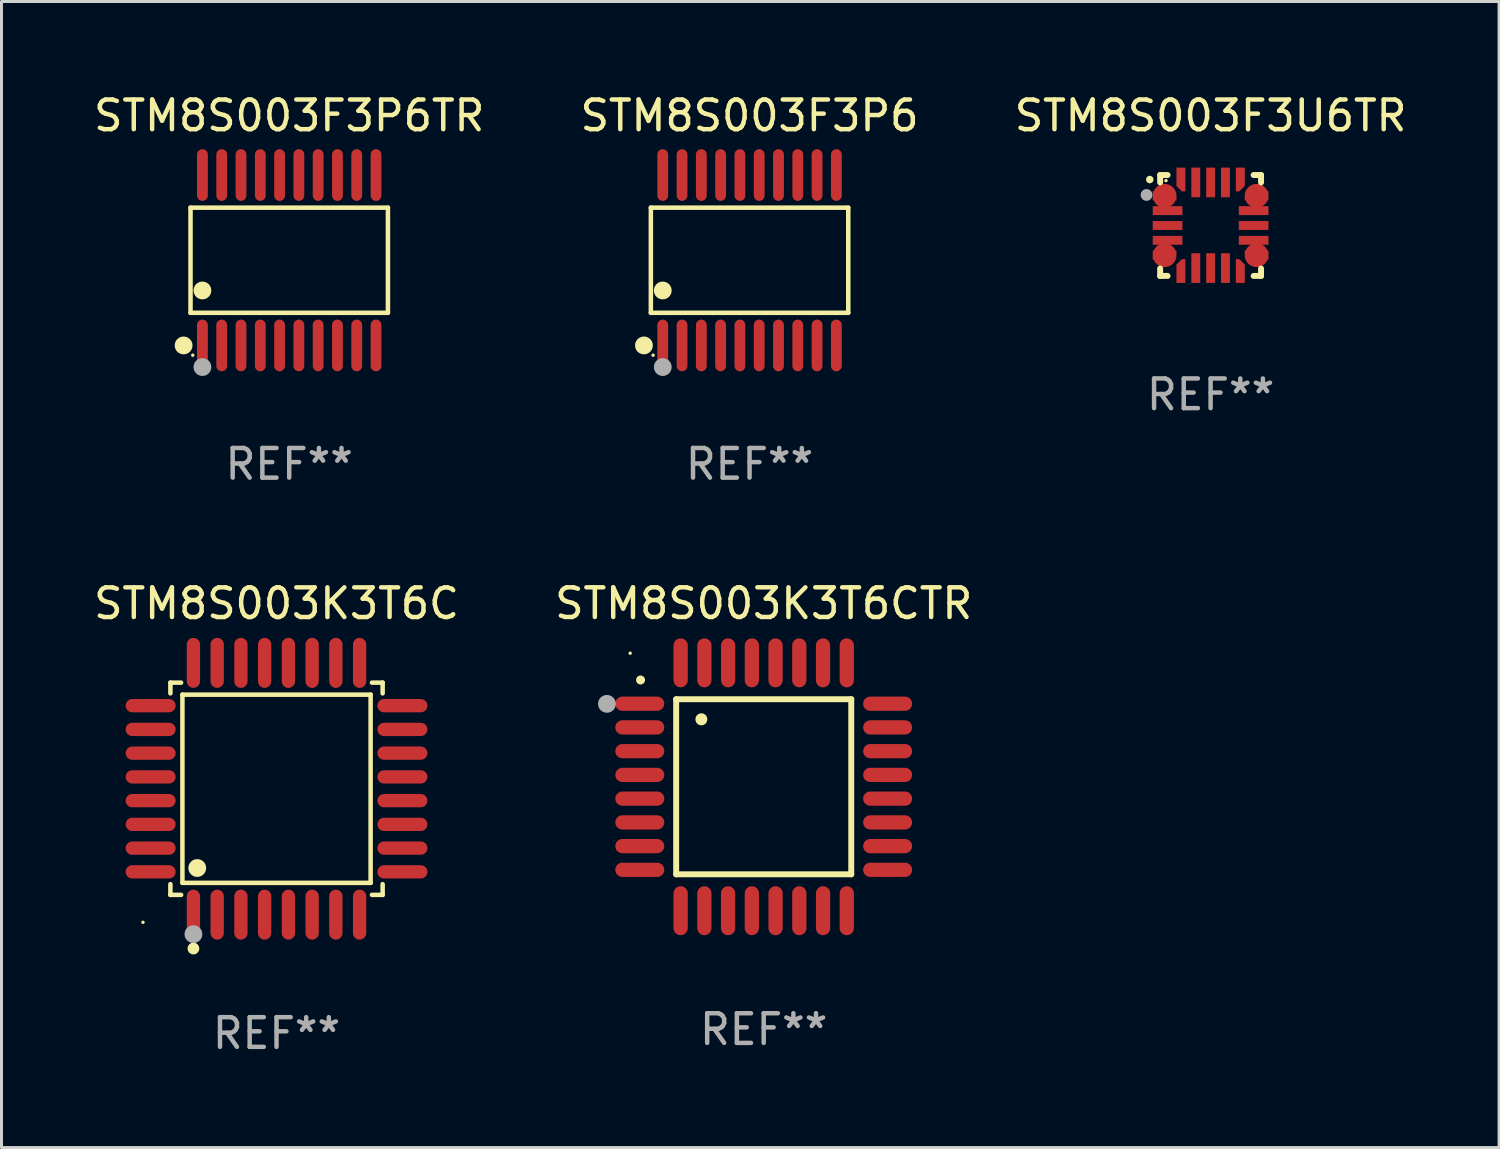
<source format=kicad_pcb>
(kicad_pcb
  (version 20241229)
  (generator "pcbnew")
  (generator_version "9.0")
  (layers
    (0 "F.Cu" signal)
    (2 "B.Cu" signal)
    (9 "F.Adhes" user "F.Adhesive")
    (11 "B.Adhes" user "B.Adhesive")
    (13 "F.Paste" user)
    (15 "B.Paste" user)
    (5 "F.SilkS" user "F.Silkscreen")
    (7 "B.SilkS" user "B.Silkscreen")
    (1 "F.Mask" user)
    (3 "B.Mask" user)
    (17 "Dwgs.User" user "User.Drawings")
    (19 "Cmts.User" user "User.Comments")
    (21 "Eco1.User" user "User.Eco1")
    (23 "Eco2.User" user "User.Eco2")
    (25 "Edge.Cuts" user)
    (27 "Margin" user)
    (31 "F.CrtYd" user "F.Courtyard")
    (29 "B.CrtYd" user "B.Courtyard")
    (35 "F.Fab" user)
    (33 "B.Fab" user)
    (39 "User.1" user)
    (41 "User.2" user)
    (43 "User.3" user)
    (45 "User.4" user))
  (footprint "STM8S003F3U6TR"
    (layer "F.Cu")
    (at 37.744 4.548)
    (property "Reference" "STM8S003F3U6TR" (at 0 -3.7 0) (layer "F.SilkS") (effects (font (size 1 1) (thickness 0.15))))
    (attr through_hole)
    (fp_line (start -1.7 -1.7) (end -1.45 -1.7) (stroke (width 0.2) (type solid)) (layer "F.SilkS"))
    (fp_line (start -1.7 -1.45) (end -1.7 -1.7) (stroke (width 0.2) (type solid)) (layer "F.SilkS"))
    (fp_line (start -1.7 1.45) (end -1.7 1.7) (stroke (width 0.2) (type solid)) (layer "F.SilkS"))
    (fp_line (start -1.7 1.7) (end -1.45 1.7) (stroke (width 0.2) (type solid)) (layer "F.SilkS"))
    (fp_line (start 1.45 -1.7) (end 1.7 -1.7) (stroke (width 0.2) (type solid)) (layer "F.SilkS"))
    (fp_line (start 1.45 1.7) (end 1.7 1.7) (stroke (width 0.2) (type solid)) (layer "F.SilkS"))
    (fp_line (start 1.7 -1.7) (end 1.7 -1.45) (stroke (width 0.2) (type solid)) (layer "F.SilkS"))
    (fp_line (start 1.7 1.7) (end 1.7 1.45) (stroke (width 0.2) (type solid)) (layer "F.SilkS"))
    (fp_arc (start -2.049784 -1.546863) (mid -2.04979 -1.548133) (end -2.049784 -1.549403) (stroke (width 0.25) (type solid)) (layer "F.SilkS"))
    (fp_circle (center -1.503 -1.512) (end -1.473 -1.512) (stroke (width 0.06) (type solid)) (fill no) (layer "F.SilkS"))
    (fp_circle (center -2.159 -1.028) (end -2.059 -1.028) (stroke (width 0.2) (type solid)) (fill no) (layer "F.Fab"))
    (fp_text user "REF**" (at 0 5.7 0) (layer "F.Fab") (effects (font (size 1 1) (thickness 0.15))))
    (pad "1" smd custom (at -1.549 -1) (size 0.803 0.302) (layers "F.Cu" "F.Mask" "F.Paste") (options (anchor circle)) (primitives (gr_poly (pts (xy -0.401 -0.151) (xy 0.221 -0.151) (xy 0.399 0.036) (xy 0.401 0.15) (xy -0.401 0.151)) (width 0) (fill yes))))
    (pad "2" smd rect (at -1.45 -0.5 90) (size 0.3 1) (layers "F.Cu" "F.Mask" "F.Paste"))
    (pad "3" smd rect (at -1.45 0 90) (size 0.3 1) (layers "F.Cu" "F.Mask" "F.Paste"))
    (pad "4" smd rect (at -1.45 0.5 90) (size 0.3 1) (layers "F.Cu" "F.Mask" "F.Paste"))
    (pad "5" smd custom (at -1.549 1.001) (size 0.803 0.302) (layers "F.Cu" "F.Mask" "F.Paste") (options (anchor circle)) (primitives (gr_poly (pts (xy -0.401 0.151) (xy 0.221 0.151) (xy 0.399 -0.037) (xy 0.401 -0.15) (xy -0.401 -0.152)) (width 0) (fill yes))))
    (pad "6" smd custom (at -1 1.552) (size 0.302 0.803) (layers "F.Cu" "F.Mask" "F.Paste") (options (anchor circle)) (primitives (gr_poly (pts (xy -0.151 0.383) (xy -0.151 -0.239) (xy 0.036 -0.418) (xy 0.15 -0.42) (xy 0.151 0.383)) (width 0) (fill yes))))
    (pad "7" smd rect (at -0.5 1.435) (size 0.3 1) (layers "F.Cu" "F.Mask" "F.Paste"))
    (pad "8" smd rect (at 0 1.435) (size 0.3 1) (layers "F.Cu" "F.Mask" "F.Paste"))
    (pad "9" smd rect (at 0.5 1.435) (size 0.3 1) (layers "F.Cu" "F.Mask" "F.Paste"))
    (pad "10" smd custom (at 1.001 1.552) (size 0.302 0.803) (layers "F.Cu" "F.Mask" "F.Paste") (options (anchor circle)) (primitives (gr_poly (pts (xy 0.151 0.383) (xy 0.151 -0.239) (xy -0.036 -0.418) (xy -0.15 -0.42) (xy -0.151 0.383)) (width 0) (fill yes))))
    (pad "11" smd custom (at 1.549 1.001) (size 0.803 0.302) (layers "F.Cu" "F.Mask" "F.Paste") (options (anchor circle)) (primitives (gr_poly (pts (xy 0.401 0.151) (xy -0.221 0.151) (xy -0.399 -0.037) (xy -0.401 -0.15) (xy 0.401 -0.152)) (width 0) (fill yes))))
    (pad "12" smd rect (at 1.45 0.5 90) (size 0.3 1) (layers "F.Cu" "F.Mask" "F.Paste"))
    (pad "13" smd rect (at 1.45 0 90) (size 0.3 1) (layers "F.Cu" "F.Mask" "F.Paste"))
    (pad "14" smd rect (at 1.45 -0.5 90) (size 0.3 1) (layers "F.Cu" "F.Mask" "F.Paste"))
    (pad "15" smd custom (at 1.549 -1) (size 0.803 0.302) (layers "F.Cu" "F.Mask" "F.Paste") (options (anchor circle)) (primitives (gr_poly (pts (xy 0.401 -0.151) (xy -0.221 -0.151) (xy -0.399 0.036) (xy -0.401 0.15) (xy 0.401 0.151)) (width 0) (fill yes))))
    (pad "16" smd custom (at 1.001 -1.567) (size 0.302 0.803) (layers "F.Cu" "F.Mask" "F.Paste") (options (anchor circle)) (primitives (gr_poly (pts (xy 0.151 -0.383) (xy 0.151 0.239) (xy -0.036 0.418) (xy -0.15 0.42) (xy -0.151 -0.383)) (width 0) (fill yes))))
    (pad "17" smd rect (at 0.5 -1.45) (size 0.3 1) (layers "F.Cu" "F.Mask" "F.Paste"))
    (pad "18" smd rect (at 0 -1.45) (size 0.3 1) (layers "F.Cu" "F.Mask" "F.Paste"))
    (pad "19" smd rect (at -0.5 -1.45) (size 0.3 1) (layers "F.Cu" "F.Mask" "F.Paste"))
    (pad "20" smd custom (at -1 -1.567) (size 0.302 0.803) (layers "F.Cu" "F.Mask" "F.Paste") (options (anchor circle)) (primitives (gr_poly (pts (xy -0.151 -0.383) (xy -0.151 0.239) (xy 0.036 0.418) (xy 0.15 0.42) (xy 0.151 -0.383)) (width 0) (fill yes)))))
  (footprint "STM8S003F3P6TR"
    (layer "F.Cu")
    (at 6.696 5.719)
    (property "Reference" "STM8S003F3P6TR" (at 0 -4.871 0) (layer "F.SilkS") (effects (font (size 1 1) (thickness 0.15))))
    (attr through_hole)
    (fp_line (start -3.326 -1.771) (end 3.326 -1.771) (stroke (width 0.152) (type solid)) (layer "F.SilkS"))
    (fp_line (start -3.326 1.771) (end -3.326 -1.771) (stroke (width 0.152) (type solid)) (layer "F.SilkS"))
    (fp_line (start 3.326 -1.771) (end 3.326 1.771) (stroke (width 0.152) (type solid)) (layer "F.SilkS"))
    (fp_line (start 3.326 1.771) (end -3.326 1.771) (stroke (width 0.152) (type solid)) (layer "F.SilkS"))
    (fp_circle (center -3.559 2.871) (end -3.409 2.871) (stroke (width 0.3) (type solid)) (fill no) (layer "F.SilkS"))
    (fp_circle (center -3.25 3.2) (end -3.22 3.2) (stroke (width 0.06) (type solid)) (fill no) (layer "F.SilkS"))
    (fp_circle (center -2.925 1.019) (end -2.775 1.019) (stroke (width 0.3) (type solid)) (fill no) (layer "F.SilkS"))
    (fp_circle (center -2.925 3.6) (end -2.775 3.6) (stroke (width 0.3) (type solid)) (fill no) (layer "F.Fab"))
    (fp_text user "REF**" (at 0 6.871 0) (layer "F.Fab") (effects (font (size 1 1) (thickness 0.15))))
    (pad "1" smd oval (at -2.925 2.871) (size 0.364 1.742) (layers "F.Cu" "F.Mask" "F.Paste"))
    (pad "2" smd oval (at -2.275 2.871) (size 0.364 1.742) (layers "F.Cu" "F.Mask" "F.Paste"))
    (pad "3" smd oval (at -1.625 2.871) (size 0.364 1.742) (layers "F.Cu" "F.Mask" "F.Paste"))
    (pad "4" smd oval (at -0.975 2.871) (size 0.364 1.742) (layers "F.Cu" "F.Mask" "F.Paste"))
    (pad "5" smd oval (at -0.325 2.871) (size 0.364 1.742) (layers "F.Cu" "F.Mask" "F.Paste"))
    (pad "6" smd oval (at 0.325 2.871) (size 0.364 1.742) (layers "F.Cu" "F.Mask" "F.Paste"))
    (pad "7" smd oval (at 0.975 2.871) (size 0.364 1.742) (layers "F.Cu" "F.Mask" "F.Paste"))
    (pad "8" smd oval (at 1.625 2.871) (size 0.364 1.742) (layers "F.Cu" "F.Mask" "F.Paste"))
    (pad "9" smd oval (at 2.275 2.871) (size 0.364 1.742) (layers "F.Cu" "F.Mask" "F.Paste"))
    (pad "10" smd oval (at 2.925 2.871) (size 0.364 1.742) (layers "F.Cu" "F.Mask" "F.Paste"))
    (pad "11" smd oval (at 2.925 -2.871) (size 0.364 1.742) (layers "F.Cu" "F.Mask" "F.Paste"))
    (pad "12" smd oval (at 2.275 -2.871) (size 0.364 1.742) (layers "F.Cu" "F.Mask" "F.Paste"))
    (pad "13" smd oval (at 1.625 -2.871) (size 0.364 1.742) (layers "F.Cu" "F.Mask" "F.Paste"))
    (pad "14" smd oval (at 0.975 -2.871) (size 0.364 1.742) (layers "F.Cu" "F.Mask" "F.Paste"))
    (pad "15" smd oval (at 0.325 -2.871) (size 0.364 1.742) (layers "F.Cu" "F.Mask" "F.Paste"))
    (pad "16" smd oval (at -0.325 -2.871) (size 0.364 1.742) (layers "F.Cu" "F.Mask" "F.Paste"))
    (pad "17" smd oval (at -0.975 -2.871) (size 0.364 1.742) (layers "F.Cu" "F.Mask" "F.Paste"))
    (pad "18" smd oval (at -1.625 -2.871) (size 0.364 1.742) (layers "F.Cu" "F.Mask" "F.Paste"))
    (pad "19" smd oval (at -2.275 -2.871) (size 0.364 1.742) (layers "F.Cu" "F.Mask" "F.Paste"))
    (pad "20" smd oval (at -2.925 -2.871) (size 0.364 1.742) (layers "F.Cu" "F.Mask" "F.Paste")))
  (footprint "STM8S003K3T6CTR"
    (layer "F.Cu")
    (at 22.685 23.462)
    (property "Reference" "STM8S003K3T6CTR" (at 0 -6.176 0) (layer "F.SilkS") (effects (font (size 1 1) (thickness 0.15))))
    (attr through_hole)
    (fp_line (start -2.95 -2.95) (end -2.95 2.95) (stroke (width 0.2) (type solid)) (layer "F.SilkS"))
    (fp_line (start -2.95 2.95) (end 2.95 2.95) (stroke (width 0.2) (type solid)) (layer "F.SilkS"))
    (fp_line (start 2.95 -2.95) (end -2.95 -2.95) (stroke (width 0.2) (type solid)) (layer "F.SilkS"))
    (fp_line (start 2.95 2.95) (end 2.95 -2.95) (stroke (width 0.2) (type solid)) (layer "F.SilkS"))
    (fp_arc (start -4.150178 -3.596622) (mid -4.150183 -3.597892) (end -4.150178 -3.599162) (stroke (width 0.3) (type solid)) (layer "F.SilkS"))
    (fp_arc (start -2.100394 -2.270739) (mid -2.10041 -2.273279) (end -2.100394 -2.275819) (stroke (width 0.4) (type solid)) (layer "F.SilkS"))
    (fp_circle (center -4.5 -4.5) (end -4.47 -4.5) (stroke (width 0.06) (type solid)) (fill no) (layer "F.SilkS"))
    (fp_circle (center -5.283 -2.794) (end -5.133 -2.794) (stroke (width 0.3) (type solid)) (fill no) (layer "F.Fab"))
    (fp_text user "REF**" (at 0 8.176 0) (layer "F.Fab") (effects (font (size 1 1) (thickness 0.15))))
    (pad "1" smd oval (at -4.176 -2.799 90) (size 0.48 1.65) (layers "F.Cu" "F.Mask" "F.Paste"))
    (pad "2" smd oval (at -4.176 -2 90) (size 0.48 1.65) (layers "F.Cu" "F.Mask" "F.Paste"))
    (pad "3" smd oval (at -4.176 -1.2 90) (size 0.48 1.65) (layers "F.Cu" "F.Mask" "F.Paste"))
    (pad "4" smd oval (at -4.176 -0.4 90) (size 0.48 1.65) (layers "F.Cu" "F.Mask" "F.Paste"))
    (pad "5" smd oval (at -4.176 0.4 90) (size 0.48 1.65) (layers "F.Cu" "F.Mask" "F.Paste"))
    (pad "6" smd oval (at -4.176 1.2 90) (size 0.48 1.65) (layers "F.Cu" "F.Mask" "F.Paste"))
    (pad "7" smd oval (at -4.176 2 90) (size 0.48 1.65) (layers "F.Cu" "F.Mask" "F.Paste"))
    (pad "8" smd oval (at -4.176 2.799 90) (size 0.48 1.65) (layers "F.Cu" "F.Mask" "F.Paste"))
    (pad "9" smd oval (at -2.799 4.176) (size 0.48 1.65) (layers "F.Cu" "F.Mask" "F.Paste"))
    (pad "10" smd oval (at -2 4.176) (size 0.48 1.65) (layers "F.Cu" "F.Mask" "F.Paste"))
    (pad "11" smd oval (at -1.2 4.176) (size 0.48 1.65) (layers "F.Cu" "F.Mask" "F.Paste"))
    (pad "12" smd oval (at -0.4 4.176) (size 0.48 1.65) (layers "F.Cu" "F.Mask" "F.Paste"))
    (pad "13" smd oval (at 0.4 4.176) (size 0.48 1.65) (layers "F.Cu" "F.Mask" "F.Paste"))
    (pad "14" smd oval (at 1.2 4.176) (size 0.48 1.65) (layers "F.Cu" "F.Mask" "F.Paste"))
    (pad "15" smd oval (at 2 4.176) (size 0.48 1.65) (layers "F.Cu" "F.Mask" "F.Paste"))
    (pad "16" smd oval (at 2.799 4.176) (size 0.48 1.65) (layers "F.Cu" "F.Mask" "F.Paste"))
    (pad "17" smd oval (at 4.176 2.799 90) (size 0.48 1.65) (layers "F.Cu" "F.Mask" "F.Paste"))
    (pad "18" smd oval (at 4.176 2 90) (size 0.48 1.65) (layers "F.Cu" "F.Mask" "F.Paste"))
    (pad "19" smd oval (at 4.176 1.2 90) (size 0.48 1.65) (layers "F.Cu" "F.Mask" "F.Paste"))
    (pad "20" smd oval (at 4.176 0.4 90) (size 0.48 1.65) (layers "F.Cu" "F.Mask" "F.Paste"))
    (pad "21" smd oval (at 4.176 -0.4 90) (size 0.48 1.65) (layers "F.Cu" "F.Mask" "F.Paste"))
    (pad "22" smd oval (at 4.176 -1.2 90) (size 0.48 1.65) (layers "F.Cu" "F.Mask" "F.Paste"))
    (pad "23" smd oval (at 4.176 -2 90) (size 0.48 1.65) (layers "F.Cu" "F.Mask" "F.Paste"))
    (pad "24" smd oval (at 4.176 -2.799 90) (size 0.48 1.65) (layers "F.Cu" "F.Mask" "F.Paste"))
    (pad "25" smd oval (at 2.799 -4.176) (size 0.48 1.65) (layers "F.Cu" "F.Mask" "F.Paste"))
    (pad "26" smd oval (at 1.999 -4.176) (size 0.48 1.65) (layers "F.Cu" "F.Mask" "F.Paste"))
    (pad "27" smd oval (at 1.199 -4.176) (size 0.48 1.65) (layers "F.Cu" "F.Mask" "F.Paste"))
    (pad "28" smd oval (at 0.399 -4.176) (size 0.48 1.65) (layers "F.Cu" "F.Mask" "F.Paste"))
    (pad "29" smd oval (at -0.399 -4.176) (size 0.48 1.65) (layers "F.Cu" "F.Mask" "F.Paste"))
    (pad "30" smd oval (at -1.199 -4.176) (size 0.48 1.65) (layers "F.Cu" "F.Mask" "F.Paste"))
    (pad "31" smd oval (at -1.999 -4.176) (size 0.48 1.65) (layers "F.Cu" "F.Mask" "F.Paste"))
    (pad "32" smd oval (at -2.799 -4.176) (size 0.48 1.65) (layers "F.Cu" "F.Mask" "F.Paste")))
  (footprint "STM8S003F3P6"
    (layer "F.Cu")
    (at 22.208 5.719)
    (property "Reference" "STM8S003F3P6" (at 0 -4.871 0) (layer "F.SilkS") (effects (font (size 1 1) (thickness 0.15))))
    (attr through_hole)
    (fp_line (start -3.326 -1.771) (end 3.326 -1.771) (stroke (width 0.152) (type solid)) (layer "F.SilkS"))
    (fp_line (start -3.326 1.771) (end -3.326 -1.771) (stroke (width 0.152) (type solid)) (layer "F.SilkS"))
    (fp_line (start 3.326 -1.771) (end 3.326 1.771) (stroke (width 0.152) (type solid)) (layer "F.SilkS"))
    (fp_line (start 3.326 1.771) (end -3.326 1.771) (stroke (width 0.152) (type solid)) (layer "F.SilkS"))
    (fp_circle (center -3.559 2.871) (end -3.409 2.871) (stroke (width 0.3) (type solid)) (fill no) (layer "F.SilkS"))
    (fp_circle (center -3.25 3.2) (end -3.22 3.2) (stroke (width 0.06) (type solid)) (fill no) (layer "F.SilkS"))
    (fp_circle (center -2.925 1.019) (end -2.775 1.019) (stroke (width 0.3) (type solid)) (fill no) (layer "F.SilkS"))
    (fp_circle (center -2.925 3.6) (end -2.775 3.6) (stroke (width 0.3) (type solid)) (fill no) (layer "F.Fab"))
    (fp_text user "REF**" (at 0 6.871 0) (layer "F.Fab") (effects (font (size 1 1) (thickness 0.15))))
    (pad "1" smd oval (at -2.925 2.871) (size 0.364 1.742) (layers "F.Cu" "F.Mask" "F.Paste"))
    (pad "2" smd oval (at -2.275 2.871) (size 0.364 1.742) (layers "F.Cu" "F.Mask" "F.Paste"))
    (pad "3" smd oval (at -1.625 2.871) (size 0.364 1.742) (layers "F.Cu" "F.Mask" "F.Paste"))
    (pad "4" smd oval (at -0.975 2.871) (size 0.364 1.742) (layers "F.Cu" "F.Mask" "F.Paste"))
    (pad "5" smd oval (at -0.325 2.871) (size 0.364 1.742) (layers "F.Cu" "F.Mask" "F.Paste"))
    (pad "6" smd oval (at 0.325 2.871) (size 0.364 1.742) (layers "F.Cu" "F.Mask" "F.Paste"))
    (pad "7" smd oval (at 0.975 2.871) (size 0.364 1.742) (layers "F.Cu" "F.Mask" "F.Paste"))
    (pad "8" smd oval (at 1.625 2.871) (size 0.364 1.742) (layers "F.Cu" "F.Mask" "F.Paste"))
    (pad "9" smd oval (at 2.275 2.871) (size 0.364 1.742) (layers "F.Cu" "F.Mask" "F.Paste"))
    (pad "10" smd oval (at 2.925 2.871) (size 0.364 1.742) (layers "F.Cu" "F.Mask" "F.Paste"))
    (pad "11" smd oval (at 2.925 -2.871) (size 0.364 1.742) (layers "F.Cu" "F.Mask" "F.Paste"))
    (pad "12" smd oval (at 2.275 -2.871) (size 0.364 1.742) (layers "F.Cu" "F.Mask" "F.Paste"))
    (pad "13" smd oval (at 1.625 -2.871) (size 0.364 1.742) (layers "F.Cu" "F.Mask" "F.Paste"))
    (pad "14" smd oval (at 0.975 -2.871) (size 0.364 1.742) (layers "F.Cu" "F.Mask" "F.Paste"))
    (pad "15" smd oval (at 0.325 -2.871) (size 0.364 1.742) (layers "F.Cu" "F.Mask" "F.Paste"))
    (pad "16" smd oval (at -0.325 -2.871) (size 0.364 1.742) (layers "F.Cu" "F.Mask" "F.Paste"))
    (pad "17" smd oval (at -0.975 -2.871) (size 0.364 1.742) (layers "F.Cu" "F.Mask" "F.Paste"))
    (pad "18" smd oval (at -1.625 -2.871) (size 0.364 1.742) (layers "F.Cu" "F.Mask" "F.Paste"))
    (pad "19" smd oval (at -2.275 -2.871) (size 0.364 1.742) (layers "F.Cu" "F.Mask" "F.Paste"))
    (pad "20" smd oval (at -2.925 -2.871) (size 0.364 1.742) (layers "F.Cu" "F.Mask" "F.Paste")))
  (footprint "STM8S003K3T6C"
    (layer "F.Cu")
    (at 6.268 23.529)
    (property "Reference" "STM8S003K3T6C" (at 0 -6.242 0) (layer "F.SilkS") (effects (font (size 1 1) (thickness 0.15))))
    (attr through_hole)
    (fp_line (start -3.576 -3.576) (end -3.215 -3.576) (stroke (width 0.152) (type solid)) (layer "F.SilkS"))
    (fp_line (start -3.576 -3.215) (end -3.576 -3.576) (stroke (width 0.152) (type solid)) (layer "F.SilkS"))
    (fp_line (start -3.576 3.215) (end -3.576 3.576) (stroke (width 0.152) (type solid)) (layer "F.SilkS"))
    (fp_line (start -3.576 3.576) (end -3.215 3.576) (stroke (width 0.152) (type solid)) (layer "F.SilkS"))
    (fp_line (start -3.171 -3.171) (end 3.171 -3.171) (stroke (width 0.152) (type solid)) (layer "F.SilkS"))
    (fp_line (start -3.171 3.171) (end -3.171 -3.171) (stroke (width 0.152) (type solid)) (layer "F.SilkS"))
    (fp_line (start 3.171 -3.171) (end 3.171 3.171) (stroke (width 0.152) (type solid)) (layer "F.SilkS"))
    (fp_line (start 3.171 3.171) (end -3.171 3.171) (stroke (width 0.152) (type solid)) (layer "F.SilkS"))
    (fp_line (start 3.576 -3.576) (end 3.215 -3.576) (stroke (width 0.152) (type solid)) (layer "F.SilkS"))
    (fp_line (start 3.576 -3.215) (end 3.576 -3.576) (stroke (width 0.152) (type solid)) (layer "F.SilkS"))
    (fp_line (start 3.576 3.215) (end 3.576 3.576) (stroke (width 0.152) (type solid)) (layer "F.SilkS"))
    (fp_line (start 3.576 3.576) (end 3.215 3.576) (stroke (width 0.152) (type solid)) (layer "F.SilkS"))
    (fp_circle (center -4.5 4.5) (end -4.47 4.5) (stroke (width 0.06) (type solid)) (fill no) (layer "F.SilkS"))
    (fp_circle (center -2.8 5.384) (end -2.7 5.384) (stroke (width 0.2) (type solid)) (fill no) (layer "F.SilkS"))
    (fp_circle (center -2.671 2.671) (end -2.521 2.671) (stroke (width 0.3) (type solid)) (fill no) (layer "F.SilkS"))
    (fp_circle (center -2.8 4.9) (end -2.65 4.9) (stroke (width 0.3) (type solid)) (fill no) (layer "F.Fab"))
    (fp_text user "REF**" (at 0 8.242 0) (layer "F.Fab") (effects (font (size 1 1) (thickness 0.15))))
    (pad "1" smd oval (at -2.8 4.242) (size 0.448 1.684) (layers "F.Cu" "F.Mask" "F.Paste"))
    (pad "2" smd oval (at -2 4.242) (size 0.448 1.684) (layers "F.Cu" "F.Mask" "F.Paste"))
    (pad "3" smd oval (at -1.2 4.242) (size 0.448 1.684) (layers "F.Cu" "F.Mask" "F.Paste"))
    (pad "4" smd oval (at -0.4 4.242) (size 0.448 1.684) (layers "F.Cu" "F.Mask" "F.Paste"))
    (pad "5" smd oval (at 0.4 4.242) (size 0.448 1.684) (layers "F.Cu" "F.Mask" "F.Paste"))
    (pad "6" smd oval (at 1.2 4.242) (size 0.448 1.684) (layers "F.Cu" "F.Mask" "F.Paste"))
    (pad "7" smd oval (at 2 4.242) (size 0.448 1.684) (layers "F.Cu" "F.Mask" "F.Paste"))
    (pad "8" smd oval (at 2.8 4.242) (size 0.448 1.684) (layers "F.Cu" "F.Mask" "F.Paste"))
    (pad "9" smd oval (at 4.242 2.8) (size 1.684 0.448) (layers "F.Cu" "F.Mask" "F.Paste"))
    (pad "10" smd oval (at 4.242 2) (size 1.684 0.448) (layers "F.Cu" "F.Mask" "F.Paste"))
    (pad "11" smd oval (at 4.242 1.2) (size 1.684 0.448) (layers "F.Cu" "F.Mask" "F.Paste"))
    (pad "12" smd oval (at 4.242 0.4) (size 1.684 0.448) (layers "F.Cu" "F.Mask" "F.Paste"))
    (pad "13" smd oval (at 4.242 -0.4) (size 1.684 0.448) (layers "F.Cu" "F.Mask" "F.Paste"))
    (pad "14" smd oval (at 4.242 -1.2) (size 1.684 0.448) (layers "F.Cu" "F.Mask" "F.Paste"))
    (pad "15" smd oval (at 4.242 -2) (size 1.684 0.448) (layers "F.Cu" "F.Mask" "F.Paste"))
    (pad "16" smd oval (at 4.242 -2.8) (size 1.684 0.448) (layers "F.Cu" "F.Mask" "F.Paste"))
    (pad "17" smd oval (at 2.8 -4.242) (size 0.448 1.684) (layers "F.Cu" "F.Mask" "F.Paste"))
    (pad "18" smd oval (at 2 -4.242) (size 0.448 1.684) (layers "F.Cu" "F.Mask" "F.Paste"))
    (pad "19" smd oval (at 1.2 -4.242) (size 0.448 1.684) (layers "F.Cu" "F.Mask" "F.Paste"))
    (pad "20" smd oval (at 0.4 -4.242) (size 0.448 1.684) (layers "F.Cu" "F.Mask" "F.Paste"))
    (pad "21" smd oval (at -0.4 -4.242) (size 0.448 1.684) (layers "F.Cu" "F.Mask" "F.Paste"))
    (pad "22" smd oval (at -1.2 -4.242) (size 0.448 1.684) (layers "F.Cu" "F.Mask" "F.Paste"))
    (pad "23" smd oval (at -2 -4.242) (size 0.448 1.684) (layers "F.Cu" "F.Mask" "F.Paste"))
    (pad "24" smd oval (at -2.8 -4.242) (size 0.448 1.684) (layers "F.Cu" "F.Mask" "F.Paste"))
    (pad "25" smd oval (at -4.242 -2.8) (size 1.684 0.448) (layers "F.Cu" "F.Mask" "F.Paste"))
    (pad "26" smd oval (at -4.242 -2) (size 1.684 0.448) (layers "F.Cu" "F.Mask" "F.Paste"))
    (pad "27" smd oval (at -4.242 -1.2) (size 1.684 0.448) (layers "F.Cu" "F.Mask" "F.Paste"))
    (pad "28" smd oval (at -4.242 -0.4) (size 1.684 0.448) (layers "F.Cu" "F.Mask" "F.Paste"))
    (pad "29" smd oval (at -4.242 0.4) (size 1.684 0.448) (layers "F.Cu" "F.Mask" "F.Paste"))
    (pad "30" smd oval (at -4.242 1.2) (size 1.684 0.448) (layers "F.Cu" "F.Mask" "F.Paste"))
    (pad "31" smd oval (at -4.242 2) (size 1.684 0.448) (layers "F.Cu" "F.Mask" "F.Paste"))
    (pad "32" smd oval (at -4.242 2.8) (size 1.684 0.448) (layers "F.Cu" "F.Mask" "F.Paste")))
  (gr_rect
    (start -3 -3)
    (end 47.464 35.619)
    (stroke (width 0.1) (type default))
    (fill no)
    (layer "Edge.Cuts")))
</source>
